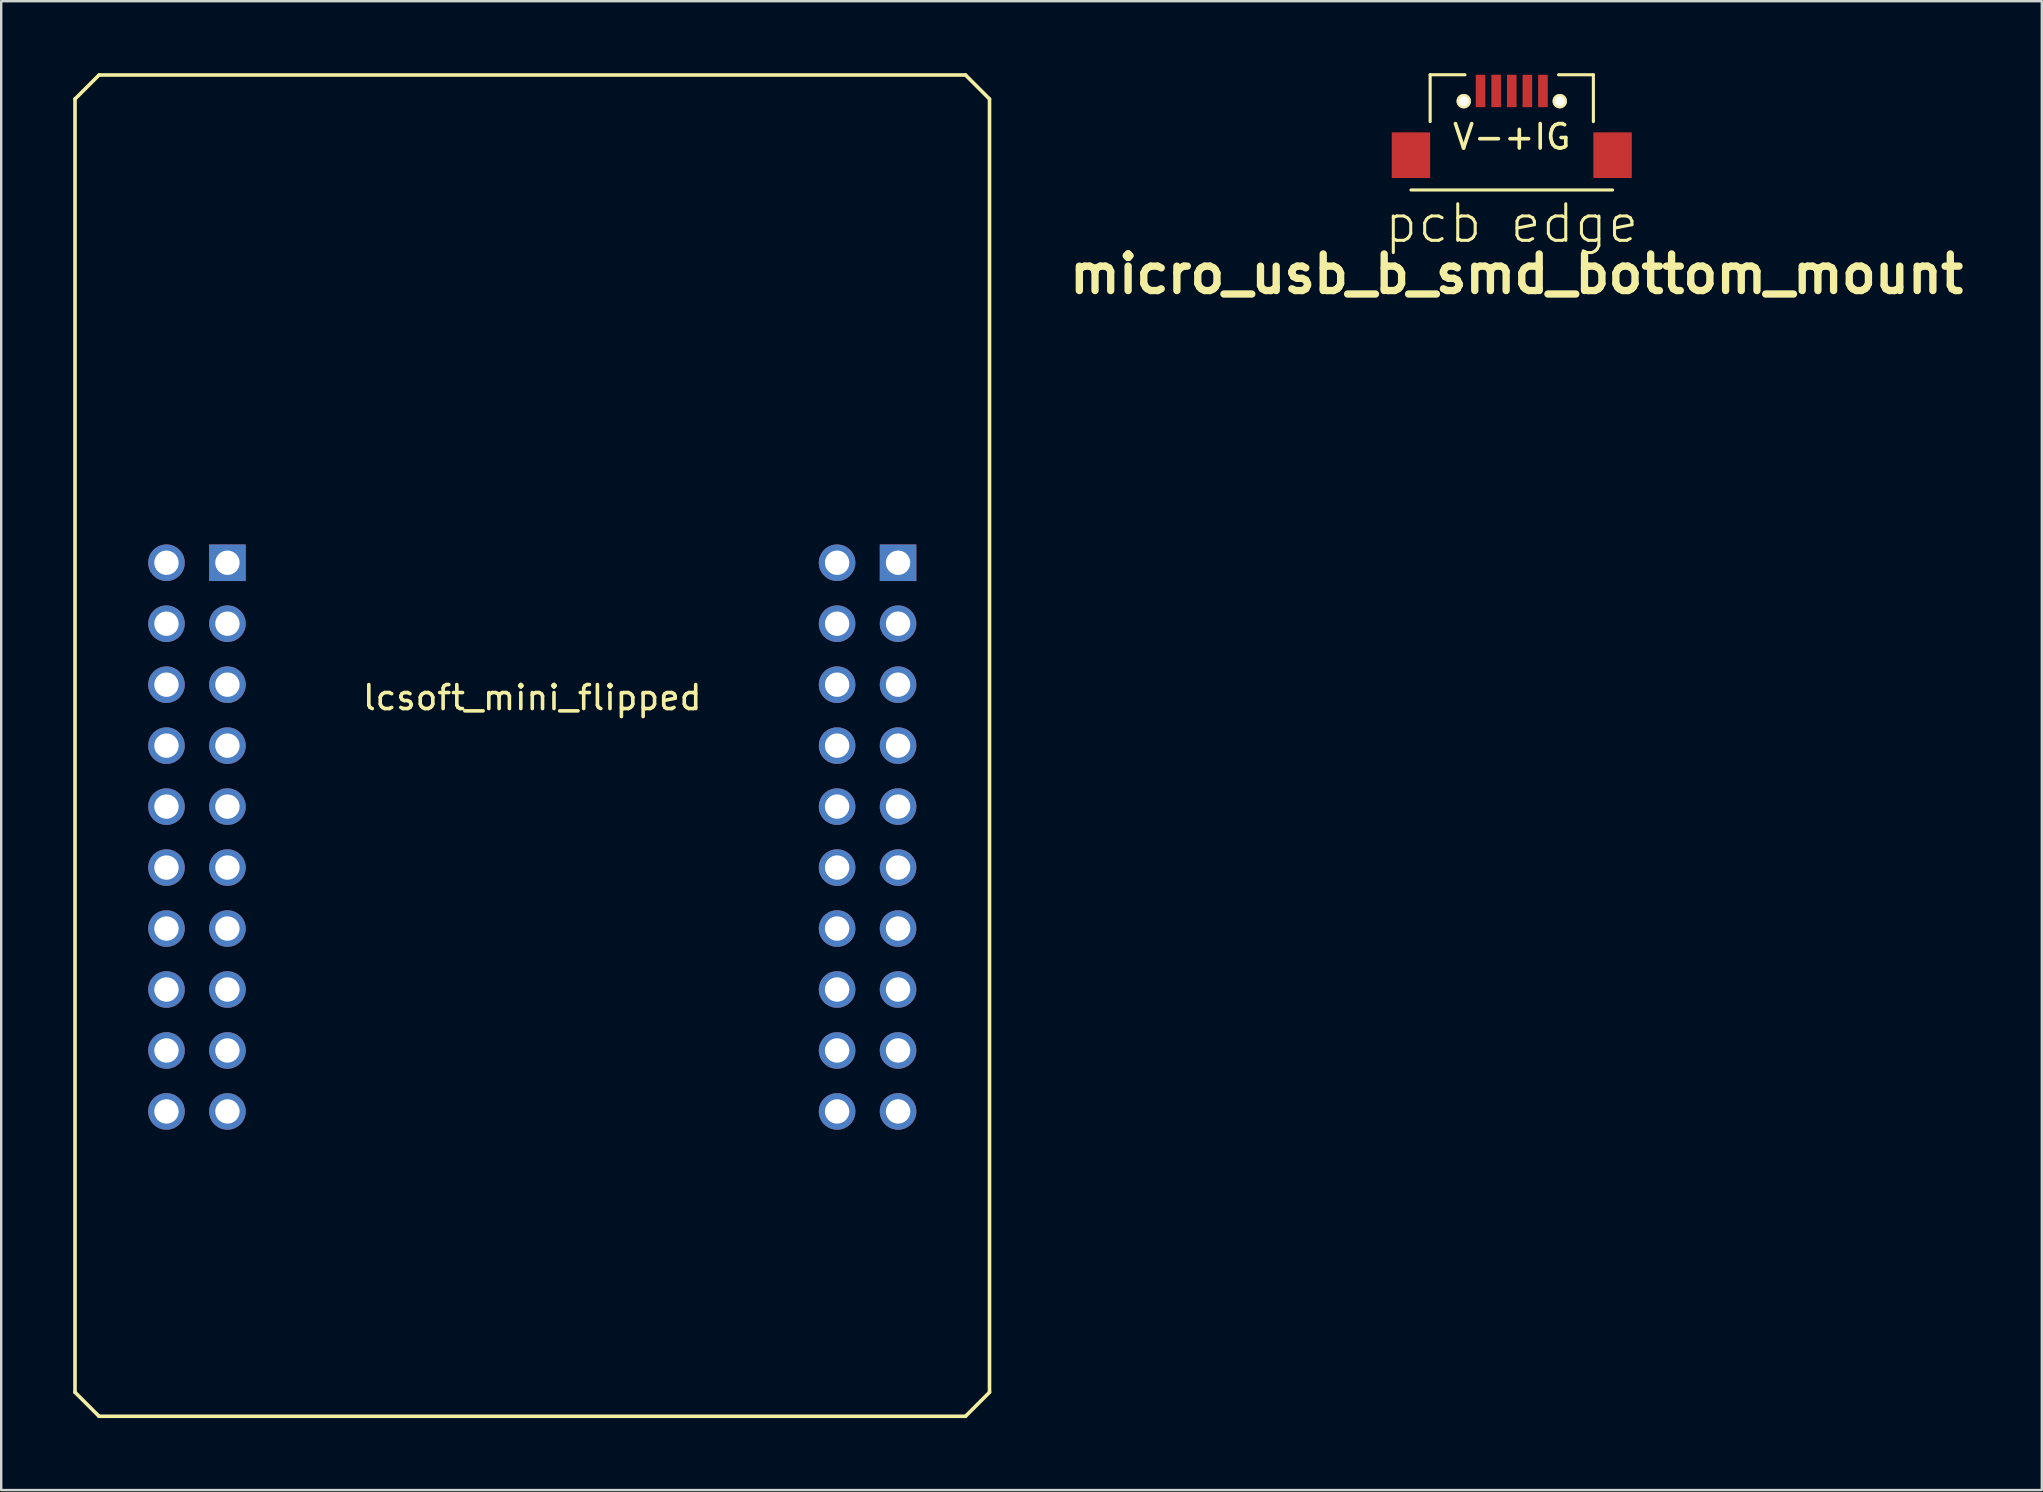
<source format=kicad_pcb>
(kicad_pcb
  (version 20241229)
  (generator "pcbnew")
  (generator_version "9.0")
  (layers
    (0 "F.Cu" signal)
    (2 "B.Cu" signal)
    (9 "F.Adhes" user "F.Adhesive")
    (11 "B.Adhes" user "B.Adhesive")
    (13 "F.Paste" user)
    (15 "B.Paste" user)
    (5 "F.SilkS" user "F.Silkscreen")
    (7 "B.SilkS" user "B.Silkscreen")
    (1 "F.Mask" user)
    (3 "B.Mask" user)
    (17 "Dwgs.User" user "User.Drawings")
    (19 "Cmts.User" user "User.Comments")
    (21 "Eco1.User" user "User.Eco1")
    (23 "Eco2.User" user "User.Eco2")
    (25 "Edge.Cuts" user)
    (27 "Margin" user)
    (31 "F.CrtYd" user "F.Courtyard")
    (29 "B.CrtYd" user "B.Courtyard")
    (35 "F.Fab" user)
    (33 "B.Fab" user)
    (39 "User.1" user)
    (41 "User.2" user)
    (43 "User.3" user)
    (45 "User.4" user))
  (footprint "micro_usb_b_smd_bottom_mount"
    (layer "F.Cu")
    (at 59.933 3.415)
    (property "Reference" "micro_usb_b_smd_bottom_mount" (at 0.2 4.95 0) (layer "F.SilkS") (effects (font (size 1.524 1.524) (thickness 0.305))))
    (attr through_hole)
    (fp_line (start -4.2 1.45) (end 4.2 1.45) (stroke (width 0.13) (type solid)) (layer "F.SilkS"))
    (fp_line (start -3.4 -3.35) (end -3.4 -1.4) (stroke (width 0.13) (type solid)) (layer "F.SilkS"))
    (fp_line (start -1.95 -3.35) (end -3.4 -3.35) (stroke (width 0.13) (type solid)) (layer "F.SilkS"))
    (fp_line (start 1.95 -3.35) (end 3.4 -3.35) (stroke (width 0.13) (type solid)) (layer "F.SilkS"))
    (fp_line (start 3.4 -3.35) (end 3.4 -1.4) (stroke (width 0.13) (type solid)) (layer "F.SilkS"))
    (fp_text user "V-+IG" (at 0 -0.762 0) (layer "F.SilkS") (effects (font (size 1.016 1.016) (thickness 0.152))))
    (fp_text user "pcb edge" (at 0 2.85 0) (layer "F.SilkS") (effects (font (size 1.524 1.524) (thickness 0.127))))
    (pad "" smd rect (at -4.2 0) (size 1.6 1.9) (layers "F.Cu" "F.Mask" "F.Paste"))
    (pad "" thru_hole circle (at -2 -2.25) (size 0.6 0.6) (drill 0.4) (layers "*.Cu" "*.Mask" "F.SilkS"))
    (pad "" thru_hole circle (at 2 -2.25) (size 0.6 0.6) (drill 0.4) (layers "*.Cu" "*.Mask" "F.SilkS"))
    (pad "" smd rect (at 4.2 0) (size 1.6 1.9) (layers "F.Cu" "F.Mask" "F.Paste"))
    (pad "1" smd rect (at -1.3 -2.675) (size 0.4 1.35) (layers "F.Cu" "F.Mask" "F.Paste"))
    (pad "2" smd rect (at -0.65 -2.675) (size 0.4 1.35) (layers "F.Cu" "F.Mask" "F.Paste"))
    (pad "3" smd rect (at 0 -2.675) (size 0.4 1.35) (layers "F.Cu" "F.Mask" "F.Paste"))
    (pad "4" smd rect (at 0.65 -2.675) (size 0.4 1.35) (layers "F.Cu" "F.Mask" "F.Paste"))
    (pad "5" smd rect (at 1.3 -2.675) (size 0.4 1.35) (layers "F.Cu" "F.Mask" "F.Paste")))
  (footprint "lcsoft_mini_flipped"
    (layer "F.Cu")
    (at 19.125 28.015)
    (property "Reference" "lcsoft_mini_flipped" (at 0 -2 0) (layer "F.SilkS") (effects (font (size 1 1) (thickness 0.15))))
    (attr through_hole)
    (fp_line (start -19.05 -26.94) (end -19.05 26.94) (stroke (width 0.15) (type solid)) (layer "F.SilkS"))
    (fp_line (start -19.05 26.94) (end -18.05 27.94) (stroke (width 0.15) (type solid)) (layer "F.SilkS"))
    (fp_line (start -18.05 -27.94) (end -19.05 -26.94) (stroke (width 0.15) (type solid)) (layer "F.SilkS"))
    (fp_line (start -18.05 -27.94) (end 18.05 -27.94) (stroke (width 0.15) (type solid)) (layer "F.SilkS"))
    (fp_line (start -18.05 27.94) (end 18.05 27.94) (stroke (width 0.15) (type solid)) (layer "F.SilkS"))
    (fp_line (start 18.05 -27.94) (end 19.05 -26.94) (stroke (width 0.15) (type solid)) (layer "F.SilkS"))
    (fp_line (start 18.05 27.94) (end 19.05 26.94) (stroke (width 0.15) (type solid)) (layer "F.SilkS"))
    (fp_line (start 19.05 26.94) (end 19.05 -26.94) (stroke (width 0.15) (type solid)) (layer "F.SilkS"))
    (pad "L1" thru_hole rect (at 15.24 -7.62) (size 1.524 1.524) (drill 1.016) (layers "*.Cu" "*.Mask"))
    (pad "L2" thru_hole circle (at 12.7 -7.62) (size 1.524 1.524) (drill 1.016) (layers "*.Cu" "*.Mask"))
    (pad "L3" thru_hole circle (at 15.24 -5.08) (size 1.524 1.524) (drill 1.016) (layers "*.Cu" "*.Mask"))
    (pad "L4" thru_hole circle (at 12.7 -5.08) (size 1.524 1.524) (drill 1.016) (layers "*.Cu" "*.Mask"))
    (pad "L5" thru_hole circle (at 15.24 -2.54) (size 1.524 1.524) (drill 1.016) (layers "*.Cu" "*.Mask"))
    (pad "L6" thru_hole circle (at 12.7 -2.54) (size 1.524 1.524) (drill 1.016) (layers "*.Cu" "*.Mask"))
    (pad "L7" thru_hole circle (at 15.24 0) (size 1.524 1.524) (drill 1.016) (layers "*.Cu" "*.Mask"))
    (pad "L8" thru_hole circle (at 12.7 0) (size 1.524 1.524) (drill 1.016) (layers "*.Cu" "*.Mask"))
    (pad "L9" thru_hole circle (at 15.24 2.54) (size 1.524 1.524) (drill 1.016) (layers "*.Cu" "*.Mask"))
    (pad "L10" thru_hole circle (at 12.7 2.54) (size 1.524 1.524) (drill 1.016) (layers "*.Cu" "*.Mask"))
    (pad "L11" thru_hole circle (at 15.24 5.08) (size 1.524 1.524) (drill 1.016) (layers "*.Cu" "*.Mask"))
    (pad "L12" thru_hole circle (at 12.7 5.08) (size 1.524 1.524) (drill 1.016) (layers "*.Cu" "*.Mask"))
    (pad "L13" thru_hole circle (at 15.24 7.62) (size 1.524 1.524) (drill 1.016) (layers "*.Cu" "*.Mask"))
    (pad "L14" thru_hole circle (at 12.7 7.62) (size 1.524 1.524) (drill 1.016) (layers "*.Cu" "*.Mask"))
    (pad "L15" thru_hole circle (at 15.24 10.16) (size 1.524 1.524) (drill 1.016) (layers "*.Cu" "*.Mask"))
    (pad "L16" thru_hole circle (at 12.7 10.16) (size 1.524 1.524) (drill 1.016) (layers "*.Cu" "*.Mask"))
    (pad "L17" thru_hole circle (at 15.24 12.7) (size 1.524 1.524) (drill 1.016) (layers "*.Cu" "*.Mask"))
    (pad "L18" thru_hole circle (at 12.7 12.7) (size 1.524 1.524) (drill 1.016) (layers "*.Cu" "*.Mask"))
    (pad "L19" thru_hole circle (at 15.24 15.24) (size 1.524 1.524) (drill 1.016) (layers "*.Cu" "*.Mask"))
    (pad "L20" thru_hole circle (at 12.7 15.24) (size 1.524 1.524) (drill 1.016) (layers "*.Cu" "*.Mask"))
    (pad "R1" thru_hole rect (at -12.7 -7.62) (size 1.524 1.524) (drill 1.016) (layers "*.Cu" "*.Mask"))
    (pad "R2" thru_hole circle (at -15.24 -7.62) (size 1.524 1.524) (drill 1.016) (layers "*.Cu" "*.Mask"))
    (pad "R3" thru_hole circle (at -12.7 -5.08) (size 1.524 1.524) (drill 1.016) (layers "*.Cu" "*.Mask"))
    (pad "R4" thru_hole circle (at -15.24 -5.08) (size 1.524 1.524) (drill 1.016) (layers "*.Cu" "*.Mask"))
    (pad "R5" thru_hole circle (at -12.7 -2.54) (size 1.524 1.524) (drill 1.016) (layers "*.Cu" "*.Mask"))
    (pad "R6" thru_hole circle (at -15.24 -2.54) (size 1.524 1.524) (drill 1.016) (layers "*.Cu" "*.Mask"))
    (pad "R7" thru_hole circle (at -12.7 0) (size 1.524 1.524) (drill 1.016) (layers "*.Cu" "*.Mask"))
    (pad "R8" thru_hole circle (at -15.24 0) (size 1.524 1.524) (drill 1.016) (layers "*.Cu" "*.Mask"))
    (pad "R9" thru_hole circle (at -12.7 2.54) (size 1.524 1.524) (drill 1.016) (layers "*.Cu" "*.Mask"))
    (pad "R10" thru_hole circle (at -15.24 2.54) (size 1.524 1.524) (drill 1.016) (layers "*.Cu" "*.Mask"))
    (pad "R11" thru_hole circle (at -12.7 5.08) (size 1.524 1.524) (drill 1.016) (layers "*.Cu" "*.Mask"))
    (pad "R12" thru_hole circle (at -15.24 5.08) (size 1.524 1.524) (drill 1.016) (layers "*.Cu" "*.Mask"))
    (pad "R13" thru_hole circle (at -12.7 7.62) (size 1.524 1.524) (drill 1.016) (layers "*.Cu" "*.Mask"))
    (pad "R14" thru_hole circle (at -15.24 7.62) (size 1.524 1.524) (drill 1.016) (layers "*.Cu" "*.Mask"))
    (pad "R15" thru_hole circle (at -12.7 10.16) (size 1.524 1.524) (drill 1.016) (layers "*.Cu" "*.Mask"))
    (pad "R16" thru_hole circle (at -15.24 10.16) (size 1.524 1.524) (drill 1.016) (layers "*.Cu" "*.Mask"))
    (pad "R17" thru_hole circle (at -12.7 12.7) (size 1.524 1.524) (drill 1.016) (layers "*.Cu" "*.Mask"))
    (pad "R18" thru_hole circle (at -15.24 12.7) (size 1.524 1.524) (drill 1.016) (layers "*.Cu" "*.Mask"))
    (pad "R19" thru_hole circle (at -12.7 15.24) (size 1.524 1.524) (drill 1.016) (layers "*.Cu" "*.Mask"))
    (pad "R20" thru_hole circle (at -15.24 15.24) (size 1.524 1.524) (drill 1.016) (layers "*.Cu" "*.Mask")))
  (gr_rect
    (start -3 -3)
    (end 82.016 59.03)
    (stroke (width 0.1) (type default))
    (fill no)
    (layer "Edge.Cuts")))
</source>
